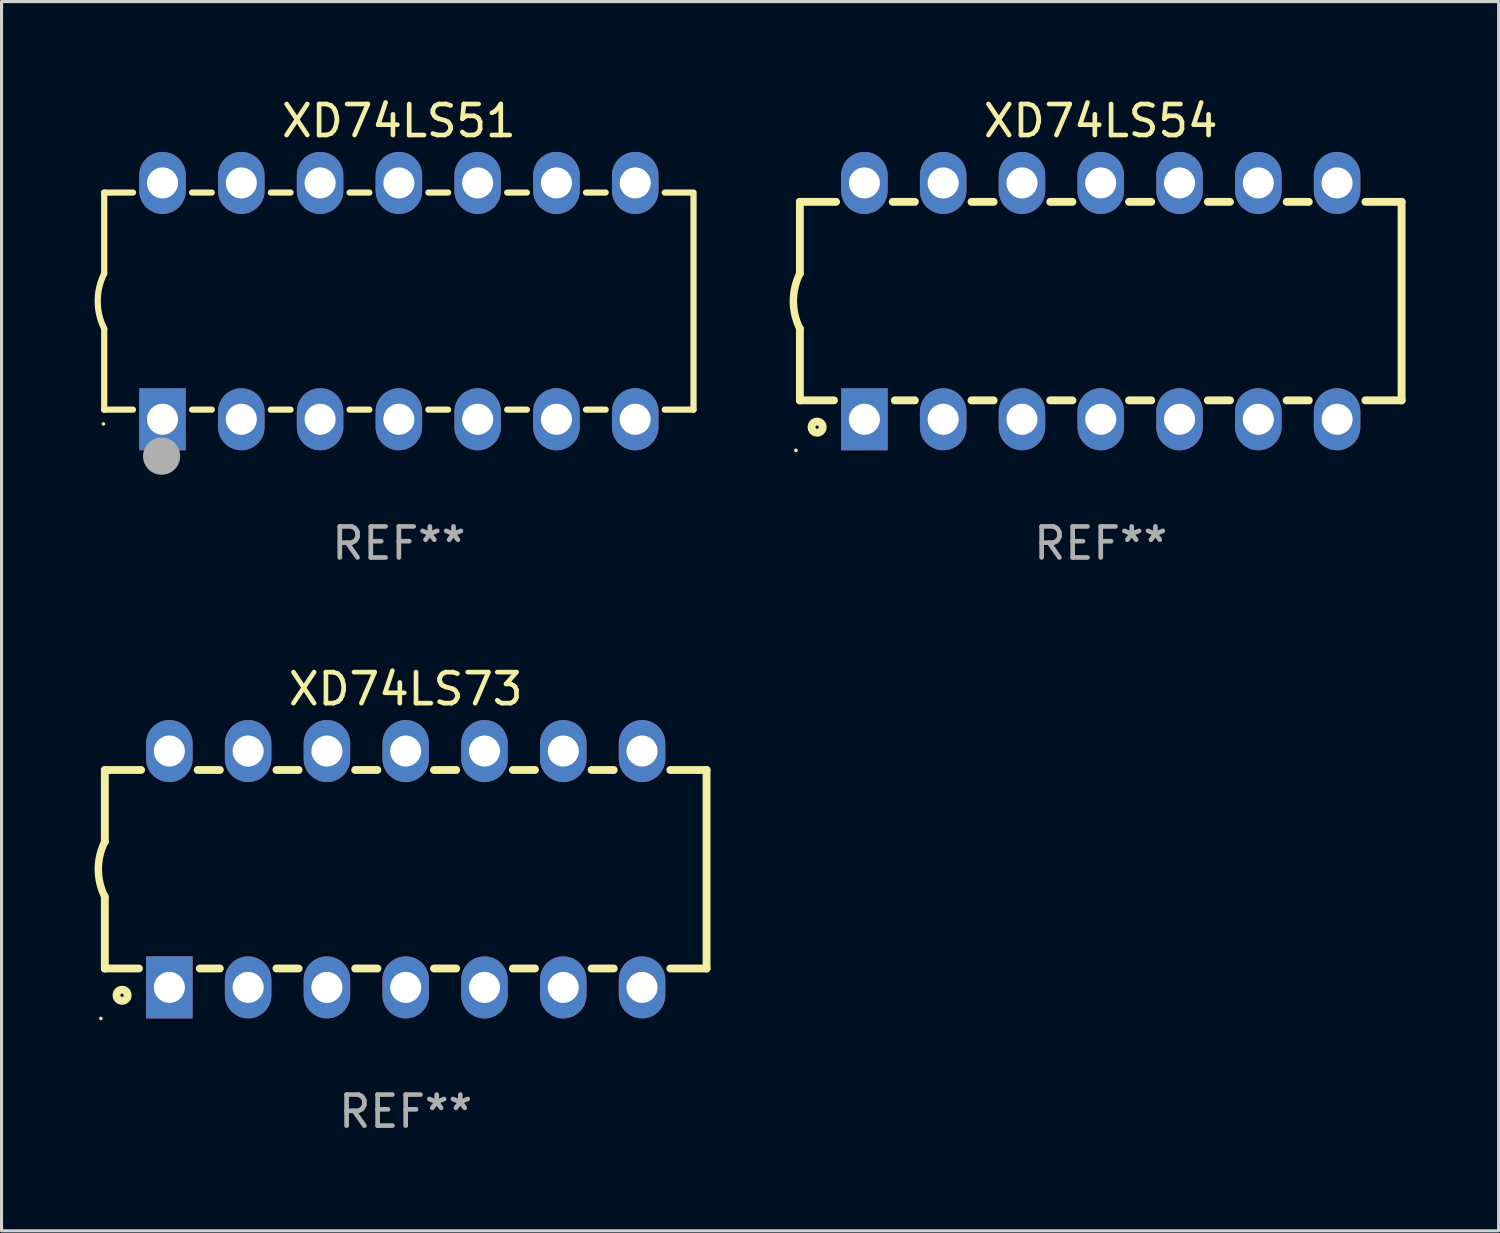
<source format=kicad_pcb>
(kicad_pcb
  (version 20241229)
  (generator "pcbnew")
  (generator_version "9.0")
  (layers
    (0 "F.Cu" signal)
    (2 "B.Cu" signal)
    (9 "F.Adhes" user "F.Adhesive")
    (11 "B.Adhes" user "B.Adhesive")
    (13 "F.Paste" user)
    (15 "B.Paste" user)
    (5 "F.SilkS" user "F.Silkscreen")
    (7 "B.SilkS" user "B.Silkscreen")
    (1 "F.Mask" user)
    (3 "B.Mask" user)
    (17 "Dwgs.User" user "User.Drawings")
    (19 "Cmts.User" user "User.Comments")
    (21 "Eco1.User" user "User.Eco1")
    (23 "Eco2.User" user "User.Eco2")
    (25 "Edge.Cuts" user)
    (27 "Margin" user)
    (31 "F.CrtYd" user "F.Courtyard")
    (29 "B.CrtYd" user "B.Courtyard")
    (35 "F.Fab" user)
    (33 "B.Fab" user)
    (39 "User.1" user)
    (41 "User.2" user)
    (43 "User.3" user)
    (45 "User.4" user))
  (footprint "XD74LS73"
    (layer "F.Cu")
    (at 10.03 24.975)
    (property "Reference" "XD74LS73" (at 0 -5.81 0) (layer "F.SilkS") (effects (font (size 1 1) (thickness 0.15))))
    (attr through_hole)
    (fp_line (start -9.7 -3.2) (end -9.7 -0.889) (stroke (width 0.254) (type solid)) (layer "F.SilkS"))
    (fp_line (start -9.7 -3.2) (end -8.533 -3.2) (stroke (width 0.254) (type solid)) (layer "F.SilkS"))
    (fp_line (start -9.7 3.2) (end -9.7 0.889) (stroke (width 0.254) (type solid)) (layer "F.SilkS"))
    (fp_line (start -9.7 3.2) (end -8.601 3.2) (stroke (width 0.254) (type solid)) (layer "F.SilkS"))
    (fp_line (start -6.707 -3.2) (end -5.993 -3.2) (stroke (width 0.254) (type solid)) (layer "F.SilkS"))
    (fp_line (start -6.639 3.2) (end -5.993 3.2) (stroke (width 0.254) (type solid)) (layer "F.SilkS"))
    (fp_line (start -4.168 3.2) (end -3.453 3.2) (stroke (width 0.254) (type solid)) (layer "F.SilkS"))
    (fp_line (start -4.167 -3.2) (end -3.453 -3.2) (stroke (width 0.254) (type solid)) (layer "F.SilkS"))
    (fp_line (start -1.628 3.2) (end -0.912 3.2) (stroke (width 0.254) (type solid)) (layer "F.SilkS"))
    (fp_line (start -1.627 -3.2) (end -0.913 -3.2) (stroke (width 0.254) (type solid)) (layer "F.SilkS"))
    (fp_line (start 0.912 3.2) (end 1.628 3.2) (stroke (width 0.254) (type solid)) (layer "F.SilkS"))
    (fp_line (start 0.913 -3.2) (end 1.627 -3.2) (stroke (width 0.254) (type solid)) (layer "F.SilkS"))
    (fp_line (start 3.453 3.2) (end 4.168 3.2) (stroke (width 0.254) (type solid)) (layer "F.SilkS"))
    (fp_line (start 3.453 -3.2) (end 4.167 -3.2) (stroke (width 0.254) (type solid)) (layer "F.SilkS"))
    (fp_line (start 5.993 3.2) (end 6.708 3.2) (stroke (width 0.254) (type solid)) (layer "F.SilkS"))
    (fp_line (start 5.993 -3.2) (end 6.707 -3.2) (stroke (width 0.254) (type solid)) (layer "F.SilkS"))
    (fp_line (start 8.533 3.2) (end 9.7 3.2) (stroke (width 0.254) (type solid)) (layer "F.SilkS"))
    (fp_line (start 8.533 -3.2) (end 9.7 -3.2) (stroke (width 0.254) (type solid)) (layer "F.SilkS"))
    (fp_line (start 9.7 3.2) (end 9.7 -3.2) (stroke (width 0.254) (type solid)) (layer "F.SilkS"))
    (fp_arc (start -9.699822 0.889002) (mid -9.909826 0.000048) (end -9.700229 -0.889002) (stroke (width 0.240005) (type solid)) (layer "F.SilkS"))
    (fp_circle (center -9.827 4.81) (end -9.797 4.81) (stroke (width 0.06) (type solid)) (fill no) (layer "F.SilkS"))
    (fp_circle (center -9.144 4.064) (end -8.964 4.064) (stroke (width 0.254) (type solid)) (fill no) (layer "F.SilkS"))
    (fp_text user "REF**" (at 0 7.81 0) (layer "F.Fab") (effects (font (size 1 1) (thickness 0.15))))
    (pad "1" thru_hole rect (at -7.62 3.81 90) (size 2 1.5) (drill 1) (layers "*.Cu" "*.Mask"))
    (pad "2" thru_hole oval (at -5.08 3.81 90) (size 2 1.5) (drill 1) (layers "*.Cu" "*.Mask"))
    (pad "3" thru_hole oval (at -2.54 3.81 90) (size 2 1.5) (drill 1) (layers "*.Cu" "*.Mask"))
    (pad "4" thru_hole oval (at 0 3.81 90) (size 2 1.5) (drill 1) (layers "*.Cu" "*.Mask"))
    (pad "5" thru_hole oval (at 2.54 3.81 90) (size 2 1.5) (drill 1) (layers "*.Cu" "*.Mask"))
    (pad "6" thru_hole oval (at 5.08 3.81 90) (size 2 1.5) (drill 1) (layers "*.Cu" "*.Mask"))
    (pad "7" thru_hole oval (at 7.62 3.81 90) (size 2 1.5) (drill 1) (layers "*.Cu" "*.Mask"))
    (pad "8" thru_hole oval (at 7.62 -3.81 90) (size 2 1.5) (drill 1) (layers "*.Cu" "*.Mask"))
    (pad "9" thru_hole oval (at 5.08 -3.81 90) (size 2 1.5) (drill 1) (layers "*.Cu" "*.Mask"))
    (pad "10" thru_hole oval (at 2.54 -3.81 90) (size 2 1.5) (drill 1) (layers "*.Cu" "*.Mask"))
    (pad "11" thru_hole oval (at 0 -3.81 90) (size 2 1.5) (drill 1) (layers "*.Cu" "*.Mask"))
    (pad "12" thru_hole oval (at -2.54 -3.81 90) (size 2 1.5) (drill 1) (layers "*.Cu" "*.Mask"))
    (pad "13" thru_hole oval (at -5.08 -3.81 90) (size 2 1.5) (drill 1) (layers "*.Cu" "*.Mask"))
    (pad "14" thru_hole oval (at -7.62 -3.81 90) (size 2 1.5) (drill 1) (layers "*.Cu" "*.Mask")))
  (footprint "XD74LS51"
    (layer "F.Cu")
    (at 9.81 6.658)
    (property "Reference" "XD74LS51" (at 0 -5.81 0) (layer "F.SilkS") (effects (font (size 1 1) (thickness 0.15))))
    (attr through_hole)
    (fp_line (start -9.5 -3.5) (end -9.5 -0.889) (stroke (width 0.2) (type solid)) (layer "F.SilkS"))
    (fp_line (start -9.5 -3.5) (end -8.572 -3.5) (stroke (width 0.2) (type solid)) (layer "F.SilkS"))
    (fp_line (start -9.5 3.5) (end -9.5 0.889) (stroke (width 0.2) (type solid)) (layer "F.SilkS"))
    (fp_line (start -9.5 3.5) (end -8.574 3.5) (stroke (width 0.2) (type solid)) (layer "F.SilkS"))
    (fp_line (start -6.668 -3.5) (end -6.032 -3.5) (stroke (width 0.2) (type solid)) (layer "F.SilkS"))
    (fp_line (start -6.666 3.5) (end -6.032 3.5) (stroke (width 0.2) (type solid)) (layer "F.SilkS"))
    (fp_line (start -4.128 -3.5) (end -3.492 -3.5) (stroke (width 0.2) (type solid)) (layer "F.SilkS"))
    (fp_line (start -4.128 3.5) (end -3.492 3.5) (stroke (width 0.2) (type solid)) (layer "F.SilkS"))
    (fp_line (start -1.588 -3.5) (end -0.952 -3.5) (stroke (width 0.2) (type solid)) (layer "F.SilkS"))
    (fp_line (start -1.588 3.5) (end -0.952 3.5) (stroke (width 0.2) (type solid)) (layer "F.SilkS"))
    (fp_line (start 0.952 -3.5) (end 1.588 -3.5) (stroke (width 0.2) (type solid)) (layer "F.SilkS"))
    (fp_line (start 0.952 3.5) (end 1.588 3.5) (stroke (width 0.2) (type solid)) (layer "F.SilkS"))
    (fp_line (start 3.492 -3.5) (end 4.128 -3.5) (stroke (width 0.2) (type solid)) (layer "F.SilkS"))
    (fp_line (start 3.492 3.5) (end 4.128 3.5) (stroke (width 0.2) (type solid)) (layer "F.SilkS"))
    (fp_line (start 6.032 -3.5) (end 6.668 -3.5) (stroke (width 0.2) (type solid)) (layer "F.SilkS"))
    (fp_line (start 6.032 3.5) (end 6.668 3.5) (stroke (width 0.2) (type solid)) (layer "F.SilkS"))
    (fp_line (start 8.572 -3.5) (end 9.5 -3.5) (stroke (width 0.2) (type solid)) (layer "F.SilkS"))
    (fp_line (start 8.572 3.5) (end 9.5 3.5) (stroke (width 0.2) (type solid)) (layer "F.SilkS"))
    (fp_line (start 9.5 3.5) (end 9.5 -3.429) (stroke (width 0.2) (type solid)) (layer "F.SilkS"))
    (fp_arc (start -9.499619 0.889001) (mid -9.709623 0.000047) (end -9.500025 -0.889002) (stroke (width 0.2) (type solid)) (layer "F.SilkS"))
    (fp_circle (center -9.525 3.96) (end -9.495 3.96) (stroke (width 0.06) (type solid)) (fill no) (layer "F.SilkS"))
    (fp_circle (center -7.65 5) (end -7.35 5) (stroke (width 0.6) (type solid)) (fill no) (layer "F.Fab"))
    (fp_text user "REF**" (at 0 7.81 0) (layer "F.Fab") (effects (font (size 1 1) (thickness 0.15))))
    (pad "1" thru_hole rect (at -7.62 3.81 90) (size 2 1.5) (drill 1) (layers "*.Cu" "*.Mask"))
    (pad "2" thru_hole oval (at -5.08 3.81 90) (size 2 1.5) (drill 1) (layers "*.Cu" "*.Mask"))
    (pad "3" thru_hole oval (at -2.54 3.81 90) (size 2 1.5) (drill 1) (layers "*.Cu" "*.Mask"))
    (pad "4" thru_hole oval (at 0 3.81 90) (size 2 1.5) (drill 1) (layers "*.Cu" "*.Mask"))
    (pad "5" thru_hole oval (at 2.54 3.81 90) (size 2 1.5) (drill 1) (layers "*.Cu" "*.Mask"))
    (pad "6" thru_hole oval (at 5.08 3.81 90) (size 2 1.5) (drill 1) (layers "*.Cu" "*.Mask"))
    (pad "7" thru_hole oval (at 7.62 3.81 90) (size 2 1.5) (drill 1) (layers "*.Cu" "*.Mask"))
    (pad "8" thru_hole oval (at 7.62 -3.81 90) (size 2 1.5) (drill 1) (layers "*.Cu" "*.Mask"))
    (pad "9" thru_hole oval (at 5.08 -3.81 90) (size 2 1.5) (drill 1) (layers "*.Cu" "*.Mask"))
    (pad "10" thru_hole oval (at 2.54 -3.81 90) (size 2 1.5) (drill 1) (layers "*.Cu" "*.Mask"))
    (pad "11" thru_hole oval (at 0 -3.81 90) (size 2 1.5) (drill 1) (layers "*.Cu" "*.Mask"))
    (pad "12" thru_hole oval (at -2.54 -3.81 90) (size 2 1.5) (drill 1) (layers "*.Cu" "*.Mask"))
    (pad "13" thru_hole oval (at -5.08 -3.81 90) (size 2 1.5) (drill 1) (layers "*.Cu" "*.Mask"))
    (pad "14" thru_hole oval (at -7.62 -3.81 90) (size 2 1.5) (drill 1) (layers "*.Cu" "*.Mask")))
  (footprint "XD74LS54"
    (layer "F.Cu")
    (at 32.439 6.658)
    (property "Reference" "XD74LS54" (at 0 -5.81 0) (layer "F.SilkS") (effects (font (size 1 1) (thickness 0.15))))
    (attr through_hole)
    (fp_line (start -9.7 -3.2) (end -9.7 -0.889) (stroke (width 0.254) (type solid)) (layer "F.SilkS"))
    (fp_line (start -9.7 -3.2) (end -8.533 -3.2) (stroke (width 0.254) (type solid)) (layer "F.SilkS"))
    (fp_line (start -9.7 3.2) (end -9.7 0.889) (stroke (width 0.254) (type solid)) (layer "F.SilkS"))
    (fp_line (start -9.7 3.2) (end -8.601 3.2) (stroke (width 0.254) (type solid)) (layer "F.SilkS"))
    (fp_line (start -6.707 -3.2) (end -5.993 -3.2) (stroke (width 0.254) (type solid)) (layer "F.SilkS"))
    (fp_line (start -6.639 3.2) (end -5.993 3.2) (stroke (width 0.254) (type solid)) (layer "F.SilkS"))
    (fp_line (start -4.168 3.2) (end -3.453 3.2) (stroke (width 0.254) (type solid)) (layer "F.SilkS"))
    (fp_line (start -4.167 -3.2) (end -3.453 -3.2) (stroke (width 0.254) (type solid)) (layer "F.SilkS"))
    (fp_line (start -1.628 3.2) (end -0.912 3.2) (stroke (width 0.254) (type solid)) (layer "F.SilkS"))
    (fp_line (start -1.627 -3.2) (end -0.913 -3.2) (stroke (width 0.254) (type solid)) (layer "F.SilkS"))
    (fp_line (start 0.912 3.2) (end 1.628 3.2) (stroke (width 0.254) (type solid)) (layer "F.SilkS"))
    (fp_line (start 0.913 -3.2) (end 1.627 -3.2) (stroke (width 0.254) (type solid)) (layer "F.SilkS"))
    (fp_line (start 3.453 3.2) (end 4.168 3.2) (stroke (width 0.254) (type solid)) (layer "F.SilkS"))
    (fp_line (start 3.453 -3.2) (end 4.167 -3.2) (stroke (width 0.254) (type solid)) (layer "F.SilkS"))
    (fp_line (start 5.993 3.2) (end 6.708 3.2) (stroke (width 0.254) (type solid)) (layer "F.SilkS"))
    (fp_line (start 5.993 -3.2) (end 6.707 -3.2) (stroke (width 0.254) (type solid)) (layer "F.SilkS"))
    (fp_line (start 8.533 3.2) (end 9.7 3.2) (stroke (width 0.254) (type solid)) (layer "F.SilkS"))
    (fp_line (start 8.533 -3.2) (end 9.7 -3.2) (stroke (width 0.254) (type solid)) (layer "F.SilkS"))
    (fp_line (start 9.7 3.2) (end 9.7 -3.2) (stroke (width 0.254) (type solid)) (layer "F.SilkS"))
    (fp_arc (start -9.699822 0.889002) (mid -9.909826 0.000048) (end -9.700229 -0.889002) (stroke (width 0.240005) (type solid)) (layer "F.SilkS"))
    (fp_circle (center -9.827 4.81) (end -9.797 4.81) (stroke (width 0.06) (type solid)) (fill no) (layer "F.SilkS"))
    (fp_circle (center -9.144 4.064) (end -8.964 4.064) (stroke (width 0.254) (type solid)) (fill no) (layer "F.SilkS"))
    (fp_text user "REF**" (at 0 7.81 0) (layer "F.Fab") (effects (font (size 1 1) (thickness 0.15))))
    (pad "1" thru_hole rect (at -7.62 3.81 90) (size 2 1.5) (drill 1) (layers "*.Cu" "*.Mask"))
    (pad "2" thru_hole oval (at -5.08 3.81 90) (size 2 1.5) (drill 1) (layers "*.Cu" "*.Mask"))
    (pad "3" thru_hole oval (at -2.54 3.81 90) (size 2 1.5) (drill 1) (layers "*.Cu" "*.Mask"))
    (pad "4" thru_hole oval (at 0 3.81 90) (size 2 1.5) (drill 1) (layers "*.Cu" "*.Mask"))
    (pad "5" thru_hole oval (at 2.54 3.81 90) (size 2 1.5) (drill 1) (layers "*.Cu" "*.Mask"))
    (pad "6" thru_hole oval (at 5.08 3.81 90) (size 2 1.5) (drill 1) (layers "*.Cu" "*.Mask"))
    (pad "7" thru_hole oval (at 7.62 3.81 90) (size 2 1.5) (drill 1) (layers "*.Cu" "*.Mask"))
    (pad "8" thru_hole oval (at 7.62 -3.81 90) (size 2 1.5) (drill 1) (layers "*.Cu" "*.Mask"))
    (pad "9" thru_hole oval (at 5.08 -3.81 90) (size 2 1.5) (drill 1) (layers "*.Cu" "*.Mask"))
    (pad "10" thru_hole oval (at 2.54 -3.81 90) (size 2 1.5) (drill 1) (layers "*.Cu" "*.Mask"))
    (pad "11" thru_hole oval (at 0 -3.81 90) (size 2 1.5) (drill 1) (layers "*.Cu" "*.Mask"))
    (pad "12" thru_hole oval (at -2.54 -3.81 90) (size 2 1.5) (drill 1) (layers "*.Cu" "*.Mask"))
    (pad "13" thru_hole oval (at -5.08 -3.81 90) (size 2 1.5) (drill 1) (layers "*.Cu" "*.Mask"))
    (pad "14" thru_hole oval (at -7.62 -3.81 90) (size 2 1.5) (drill 1) (layers "*.Cu" "*.Mask")))
  (gr_rect
    (start -3 -3)
    (end 45.267 36.633)
    (stroke (width 0.1) (type default))
    (fill no)
    (layer "Edge.Cuts")))
</source>
